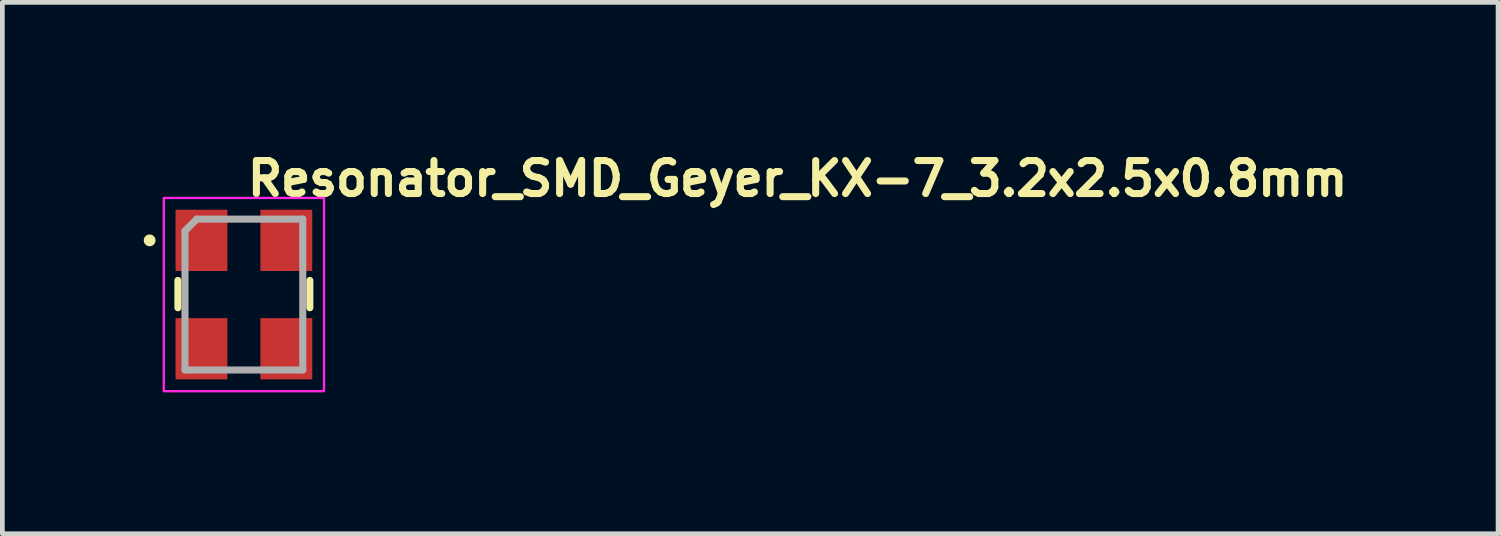
<source format=kicad_pcb>
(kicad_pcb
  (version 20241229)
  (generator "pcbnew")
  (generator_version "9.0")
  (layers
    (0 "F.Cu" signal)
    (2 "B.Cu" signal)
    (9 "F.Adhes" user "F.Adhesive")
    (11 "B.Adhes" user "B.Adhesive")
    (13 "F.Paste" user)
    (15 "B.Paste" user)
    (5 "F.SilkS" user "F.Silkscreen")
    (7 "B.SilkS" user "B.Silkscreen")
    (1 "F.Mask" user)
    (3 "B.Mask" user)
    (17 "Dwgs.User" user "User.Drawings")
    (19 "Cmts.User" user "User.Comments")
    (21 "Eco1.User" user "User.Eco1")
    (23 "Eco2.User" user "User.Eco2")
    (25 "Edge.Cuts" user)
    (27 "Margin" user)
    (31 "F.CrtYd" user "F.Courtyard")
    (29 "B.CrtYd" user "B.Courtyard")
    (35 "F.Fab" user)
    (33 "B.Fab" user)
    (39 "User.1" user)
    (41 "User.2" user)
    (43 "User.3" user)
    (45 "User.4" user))
  (footprint "Resonator_SMD_Geyer_KX-7_3.2x2.5x0.8mm"
    (layer "F.Cu")
    (at 2.125 3.2)
    (property "Reference" "Resonator_SMD_Geyer_KX-7_3.2x2.5x0.8mm" (at 0 -2.05 0) (layer "F.SilkS") (effects (font (size 0.7 0.7) (thickness 0.15)) (justify left bottom)))
    (attr smd)
    (fp_line (start -1.4 -0.3) (end -1.4 0.28) (stroke (width 0.15) (type solid)) (layer "F.SilkS"))
    (fp_line (start 1.399 -0.3) (end 1.399 0.28) (stroke (width 0.15) (type solid)) (layer "F.SilkS"))
    (fp_circle (center -2 -1.15) (end -1.95 -1.15) (stroke (width 0.15) (type solid)) (fill yes) (layer "F.SilkS"))
    (fp_rect (start -1.7 -2.05) (end 1.7 2.05) (stroke (width 0.05) (type solid)) (fill no) (layer "F.CrtYd"))
    (fp_line (start -1.25 -1.35) (end -1.25 1.6) (stroke (width 0.15) (type solid)) (layer "F.Fab"))
    (fp_line (start -1.25 -1.35) (end -1 -1.601) (stroke (width 0.15) (type solid)) (layer "F.Fab"))
    (fp_line (start -1 -1.601) (end 1.249 -1.601) (stroke (width 0.15) (type solid)) (layer "F.Fab"))
    (fp_line (start 1.249 -1.601) (end 1.249 1.6) (stroke (width 0.15) (type solid)) (layer "F.Fab"))
    (fp_line (start 1.249 1.6) (end -1.25 1.6) (stroke (width 0.15) (type solid)) (layer "F.Fab"))
    (fp_rect (start -1.25 -1.601) (end 1.249 1.6) (stroke (width 0.1) (type solid)) (fill no) (layer "User.5"))
    (fp_line (start -1.25 -1.414) (end -1.25 1.411) (stroke (width 0.02) (type solid)) (layer "User.9"))
    (fp_line (start -1.25 -1.414) (end -1.242 -1.414) (stroke (width 0.02) (type solid)) (layer "User.9"))
    (fp_line (start -1.25 1.411) (end -1.242 1.411) (stroke (width 0.02) (type solid)) (layer "User.9"))
    (fp_line (start -1.242 -1.414) (end -1.232 -1.414) (stroke (width 0.02) (type solid)) (layer "User.9"))
    (fp_line (start -1.242 1.411) (end -1.232 1.413) (stroke (width 0.02) (type solid)) (layer "User.9"))
    (fp_line (start -1.232 -1.414) (end -1.224 -1.416) (stroke (width 0.02) (type solid)) (layer "User.9"))
    (fp_line (start -1.232 1.413) (end -1.224 1.413) (stroke (width 0.02) (type solid)) (layer "User.9"))
    (fp_line (start -1.224 -1.416) (end -1.214 -1.418) (stroke (width 0.02) (type solid)) (layer "User.9"))
    (fp_line (start -1.224 1.413) (end -1.214 1.415) (stroke (width 0.02) (type solid)) (layer "User.9"))
    (fp_line (start -1.214 -1.418) (end -1.206 -1.42) (stroke (width 0.02) (type solid)) (layer "User.9"))
    (fp_line (start -1.214 1.415) (end -1.206 1.417) (stroke (width 0.02) (type solid)) (layer "User.9"))
    (fp_line (start -1.206 -1.42) (end -1.196 -1.422) (stroke (width 0.02) (type solid)) (layer "User.9"))
    (fp_line (start -1.206 1.417) (end -1.196 1.419) (stroke (width 0.02) (type solid)) (layer "User.9"))
    (fp_line (start -1.196 -1.422) (end -1.188 -1.424) (stroke (width 0.02) (type solid)) (layer "User.9"))
    (fp_line (start -1.196 1.419) (end -1.188 1.423) (stroke (width 0.02) (type solid)) (layer "User.9"))
    (fp_line (start -1.188 -1.424) (end -1.18 -1.428) (stroke (width 0.02) (type solid)) (layer "User.9"))
    (fp_line (start -1.188 1.423) (end -1.18 1.425) (stroke (width 0.02) (type solid)) (layer "User.9"))
    (fp_line (start -1.18 -1.428) (end -1.17 -1.432) (stroke (width 0.02) (type solid)) (layer "User.9"))
    (fp_line (start -1.18 1.425) (end -1.17 1.429) (stroke (width 0.02) (type solid)) (layer "User.9"))
    (fp_line (start -1.17 -1.432) (end -1.162 -1.436) (stroke (width 0.02) (type solid)) (layer "User.9"))
    (fp_line (start -1.17 1.429) (end -1.162 1.433) (stroke (width 0.02) (type solid)) (layer "User.9"))
    (fp_line (start -1.162 -1.436) (end -1.154 -1.44) (stroke (width 0.02) (type solid)) (layer "User.9"))
    (fp_line (start -1.162 1.433) (end -1.154 1.439) (stroke (width 0.02) (type solid)) (layer "User.9"))
    (fp_line (start -1.154 -1.44) (end -1.147 -1.446) (stroke (width 0.02) (type solid)) (layer "User.9"))
    (fp_line (start -1.154 1.439) (end -1.147 1.443) (stroke (width 0.02) (type solid)) (layer "User.9"))
    (fp_line (start -1.147 -1.446) (end -1.139 -1.45) (stroke (width 0.02) (type solid)) (layer "User.9"))
    (fp_line (start -1.147 1.443) (end -1.139 1.449) (stroke (width 0.02) (type solid)) (layer "User.9"))
    (fp_line (start -1.139 -1.45) (end -1.133 -1.456) (stroke (width 0.02) (type solid)) (layer "User.9"))
    (fp_line (start -1.139 1.449) (end -1.133 1.453) (stroke (width 0.02) (type solid)) (layer "User.9"))
    (fp_line (start -1.133 -1.456) (end -1.125 -1.462) (stroke (width 0.02) (type solid)) (layer "User.9"))
    (fp_line (start -1.133 1.453) (end -1.125 1.461) (stroke (width 0.02) (type solid)) (layer "User.9"))
    (fp_line (start -1.125 -1.462) (end -1.119 -1.468) (stroke (width 0.02) (type solid)) (layer "User.9"))
    (fp_line (start -1.125 -1.307) (end -1.123 -1.317) (stroke (width 0.02) (type solid)) (layer "User.9"))
    (fp_line (start -1.125 -1.297) (end -1.125 -1.307) (stroke (width 0.02) (type solid)) (layer "User.9"))
    (fp_line (start -1.125 -1.289) (end -1.125 -1.297) (stroke (width 0.02) (type solid)) (layer "User.9"))
    (fp_line (start -1.125 1.286) (end -1.125 -1.289) (stroke (width 0.02) (type solid)) (layer "User.9"))
    (fp_line (start -1.125 1.296) (end -1.125 1.286) (stroke (width 0.02) (type solid)) (layer "User.9"))
    (fp_line (start -1.125 1.306) (end -1.125 1.296) (stroke (width 0.02) (type solid)) (layer "User.9"))
    (fp_line (start -1.125 1.461) (end -1.119 1.467) (stroke (width 0.02) (type solid)) (layer "User.9"))
    (fp_line (start -1.123 -1.325) (end -1.121 -1.335) (stroke (width 0.02) (type solid)) (layer "User.9"))
    (fp_line (start -1.123 -1.317) (end -1.123 -1.325) (stroke (width 0.02) (type solid)) (layer "User.9"))
    (fp_line (start -1.123 1.314) (end -1.125 1.306) (stroke (width 0.02) (type solid)) (layer "User.9"))
    (fp_line (start -1.123 1.324) (end -1.123 1.314) (stroke (width 0.02) (type solid)) (layer "User.9"))
    (fp_line (start -1.121 -1.335) (end -1.117 -1.343) (stroke (width 0.02) (type solid)) (layer "User.9"))
    (fp_line (start -1.121 1.332) (end -1.123 1.324) (stroke (width 0.02) (type solid)) (layer "User.9"))
    (fp_line (start -1.119 -1.468) (end -1.119 -1.468) (stroke (width 0.02) (type solid)) (layer "User.9"))
    (fp_line (start -1.119 -1.468) (end -1.113 -1.476) (stroke (width 0.02) (type solid)) (layer "User.9"))
    (fp_line (start -1.119 1.467) (end -1.119 1.467) (stroke (width 0.02) (type solid)) (layer "User.9"))
    (fp_line (start -1.119 1.467) (end -1.113 1.473) (stroke (width 0.02) (type solid)) (layer "User.9"))
    (fp_line (start -1.117 -1.343) (end -1.115 -1.351) (stroke (width 0.02) (type solid)) (layer "User.9"))
    (fp_line (start -1.117 1.342) (end -1.121 1.332) (stroke (width 0.02) (type solid)) (layer "User.9"))
    (fp_line (start -1.115 -1.351) (end -1.111 -1.361) (stroke (width 0.02) (type solid)) (layer "User.9"))
    (fp_line (start -1.115 1.35) (end -1.117 1.342) (stroke (width 0.02) (type solid)) (layer "User.9"))
    (fp_line (start -1.113 -1.476) (end -1.105 -1.482) (stroke (width 0.02) (type solid)) (layer "User.9"))
    (fp_line (start -1.113 1.473) (end -1.105 1.481) (stroke (width 0.02) (type solid)) (layer "User.9"))
    (fp_line (start -1.111 -1.361) (end -1.109 -1.369) (stroke (width 0.02) (type solid)) (layer "User.9"))
    (fp_line (start -1.111 1.358) (end -1.115 1.35) (stroke (width 0.02) (type solid)) (layer "User.9"))
    (fp_line (start -1.109 -1.369) (end -1.103 -1.377) (stroke (width 0.02) (type solid)) (layer "User.9"))
    (fp_line (start -1.109 1.366) (end -1.111 1.358) (stroke (width 0.02) (type solid)) (layer "User.9"))
    (fp_line (start -1.105 -1.482) (end -1.101 -1.49) (stroke (width 0.02) (type solid)) (layer "User.9"))
    (fp_line (start -1.105 1.481) (end -1.101 1.487) (stroke (width 0.02) (type solid)) (layer "User.9"))
    (fp_line (start -1.103 -1.377) (end -1.099 -1.385) (stroke (width 0.02) (type solid)) (layer "User.9"))
    (fp_line (start -1.103 1.374) (end -1.109 1.366) (stroke (width 0.02) (type solid)) (layer "User.9"))
    (fp_line (start -1.101 -1.49) (end -1.095 -1.496) (stroke (width 0.02) (type solid)) (layer "User.9"))
    (fp_line (start -1.101 1.487) (end -1.095 1.495) (stroke (width 0.02) (type solid)) (layer "User.9"))
    (fp_line (start -1.099 -1.385) (end -1.095 -1.393) (stroke (width 0.02) (type solid)) (layer "User.9"))
    (fp_line (start -1.099 1.382) (end -1.103 1.374) (stroke (width 0.02) (type solid)) (layer "User.9"))
    (fp_line (start -1.095 -1.496) (end -1.091 -1.504) (stroke (width 0.02) (type solid)) (layer "User.9"))
    (fp_line (start -1.095 -1.393) (end -1.089 -1.401) (stroke (width 0.02) (type solid)) (layer "User.9"))
    (fp_line (start -1.095 1.39) (end -1.099 1.382) (stroke (width 0.02) (type solid)) (layer "User.9"))
    (fp_line (start -1.095 1.495) (end -1.091 1.503) (stroke (width 0.02) (type solid)) (layer "User.9"))
    (fp_line (start -1.091 -1.504) (end -1.085 -1.512) (stroke (width 0.02) (type solid)) (layer "User.9"))
    (fp_line (start -1.091 1.503) (end -1.085 1.511) (stroke (width 0.02) (type solid)) (layer "User.9"))
    (fp_line (start -1.089 -1.401) (end -1.083 -1.407) (stroke (width 0.02) (type solid)) (layer "User.9"))
    (fp_line (start -1.089 1.398) (end -1.095 1.39) (stroke (width 0.02) (type solid)) (layer "User.9"))
    (fp_line (start -1.085 -1.512) (end -1.081 -1.52) (stroke (width 0.02) (type solid)) (layer "User.9"))
    (fp_line (start -1.085 1.511) (end -1.081 1.519) (stroke (width 0.02) (type solid)) (layer "User.9"))
    (fp_line (start -1.083 -1.407) (end -1.077 -1.414) (stroke (width 0.02) (type solid)) (layer "User.9"))
    (fp_line (start -1.083 1.406) (end -1.089 1.398) (stroke (width 0.02) (type solid)) (layer "User.9"))
    (fp_line (start -1.081 -1.52) (end -1.077 -1.53) (stroke (width 0.02) (type solid)) (layer "User.9"))
    (fp_line (start -1.081 1.519) (end -1.077 1.527) (stroke (width 0.02) (type solid)) (layer "User.9"))
    (fp_line (start -1.077 -1.53) (end -1.075 -1.537) (stroke (width 0.02) (type solid)) (layer "User.9"))
    (fp_line (start -1.077 -1.414) (end -1.071 -1.422) (stroke (width 0.02) (type solid)) (layer "User.9"))
    (fp_line (start -1.077 1.413) (end -1.083 1.406) (stroke (width 0.02) (type solid)) (layer "User.9"))
    (fp_line (start -1.077 1.527) (end -1.075 1.536) (stroke (width 0.02) (type solid)) (layer "User.9"))
    (fp_line (start -1.075 -1.537) (end -1.071 -1.547) (stroke (width 0.02) (type solid)) (layer "User.9"))
    (fp_line (start -1.075 1.536) (end -1.071 1.544) (stroke (width 0.02) (type solid)) (layer "User.9"))
    (fp_line (start -1.071 -1.547) (end -1.069 -1.555) (stroke (width 0.02) (type solid)) (layer "User.9"))
    (fp_line (start -1.071 -1.422) (end -1.071 -1.422) (stroke (width 0.02) (type solid)) (layer "User.9"))
    (fp_line (start -1.071 -1.422) (end -1.065 -1.428) (stroke (width 0.02) (type solid)) (layer "User.9"))
    (fp_line (start -1.071 1.419) (end -1.077 1.413) (stroke (width 0.02) (type solid)) (layer "User.9"))
    (fp_line (start -1.071 1.419) (end -1.071 1.419) (stroke (width 0.02) (type solid)) (layer "User.9"))
    (fp_line (start -1.071 1.544) (end -1.069 1.554) (stroke (width 0.02) (type solid)) (layer "User.9"))
    (fp_line (start -1.069 -1.555) (end -1.067 -1.565) (stroke (width 0.02) (type solid)) (layer "User.9"))
    (fp_line (start -1.069 1.554) (end -1.067 1.562) (stroke (width 0.02) (type solid)) (layer "User.9"))
    (fp_line (start -1.067 -1.565) (end -1.065 -1.573) (stroke (width 0.02) (type solid)) (layer "User.9"))
    (fp_line (start -1.067 1.562) (end -1.065 1.572) (stroke (width 0.02) (type solid)) (layer "User.9"))
    (fp_line (start -1.065 -1.583) (end -1.063 -1.591) (stroke (width 0.02) (type solid)) (layer "User.9"))
    (fp_line (start -1.065 -1.573) (end -1.065 -1.583) (stroke (width 0.02) (type solid)) (layer "User.9"))
    (fp_line (start -1.065 -1.428) (end -1.057 -1.434) (stroke (width 0.02) (type solid)) (layer "User.9"))
    (fp_line (start -1.065 1.425) (end -1.071 1.419) (stroke (width 0.02) (type solid)) (layer "User.9"))
    (fp_line (start -1.065 1.572) (end -1.065 1.58) (stroke (width 0.02) (type solid)) (layer "User.9"))
    (fp_line (start -1.065 1.58) (end -1.063 1.59) (stroke (width 0.02) (type solid)) (layer "User.9"))
    (fp_line (start -1.063 -1.591) (end -1.063 -1.601) (stroke (width 0.02) (type solid)) (layer "User.9"))
    (fp_line (start -1.063 -1.307) (end -1.061 -1.313) (stroke (width 0.02) (type solid)) (layer "User.9"))
    (fp_line (start -1.063 -1.301) (end -1.063 -1.307) (stroke (width 0.02) (type solid)) (layer "User.9"))
    (fp_line (start -1.063 -1.295) (end -1.063 -1.301) (stroke (width 0.02) (type solid)) (layer "User.9"))
    (fp_line (start -1.063 -1.289) (end -1.063 -1.295) (stroke (width 0.02) (type solid)) (layer "User.9"))
    (fp_line (start -1.063 1.286) (end -1.063 -1.289) (stroke (width 0.02) (type solid)) (layer "User.9"))
    (fp_line (start -1.063 1.292) (end -1.063 1.286) (stroke (width 0.02) (type solid)) (layer "User.9"))
    (fp_line (start -1.063 1.298) (end -1.063 1.292) (stroke (width 0.02) (type solid)) (layer "User.9"))
    (fp_line (start -1.063 1.304) (end -1.063 1.298) (stroke (width 0.02) (type solid)) (layer "User.9"))
    (fp_line (start -1.063 1.59) (end -1.063 1.6) (stroke (width 0.02) (type solid)) (layer "User.9"))
    (fp_line (start -1.063 1.6) (end 1.062 1.6) (stroke (width 0.02) (type solid)) (layer "User.9"))
    (fp_line (start -1.061 -1.313) (end -1.059 -1.319) (stroke (width 0.02) (type solid)) (layer "User.9"))
    (fp_line (start -1.061 1.312) (end -1.063 1.304) (stroke (width 0.02) (type solid)) (layer "User.9"))
    (fp_line (start -1.059 -1.325) (end -1.057 -1.331) (stroke (width 0.02) (type solid)) (layer "User.9"))
    (fp_line (start -1.059 -1.319) (end -1.059 -1.325) (stroke (width 0.02) (type solid)) (layer "User.9"))
    (fp_line (start -1.059 1.316) (end -1.061 1.312) (stroke (width 0.02) (type solid)) (layer "User.9"))
    (fp_line (start -1.059 1.322) (end -1.059 1.316) (stroke (width 0.02) (type solid)) (layer "User.9"))
    (fp_line (start -1.057 -1.434) (end -1.051 -1.44) (stroke (width 0.02) (type solid)) (layer "User.9"))
    (fp_line (start -1.057 -1.331) (end -1.053 -1.337) (stroke (width 0.02) (type solid)) (layer "User.9"))
    (fp_line (start -1.057 1.328) (end -1.059 1.322) (stroke (width 0.02) (type solid)) (layer "User.9"))
    (fp_line (start -1.057 1.431) (end -1.065 1.425) (stroke (width 0.02) (type solid)) (layer "User.9"))
    (fp_line (start -1.053 -1.337) (end -1.051 -1.341) (stroke (width 0.02) (type solid)) (layer "User.9"))
    (fp_line (start -1.053 1.334) (end -1.057 1.328) (stroke (width 0.02) (type solid)) (layer "User.9"))
    (fp_line (start -1.051 -1.44) (end -1.043 -1.444) (stroke (width 0.02) (type solid)) (layer "User.9"))
    (fp_line (start -1.051 -1.341) (end -1.049 -1.347) (stroke (width 0.02) (type solid)) (layer "User.9"))
    (fp_line (start -1.051 1.34) (end -1.053 1.334) (stroke (width 0.02) (type solid)) (layer "User.9"))
    (fp_line (start -1.051 1.437) (end -1.057 1.431) (stroke (width 0.02) (type solid)) (layer "User.9"))
    (fp_line (start -1.049 -1.347) (end -1.045 -1.353) (stroke (width 0.02) (type solid)) (layer "User.9"))
    (fp_line (start -1.049 1.346) (end -1.051 1.34) (stroke (width 0.02) (type solid)) (layer "User.9"))
    (fp_line (start -1.045 -1.353) (end -1.043 -1.357) (stroke (width 0.02) (type solid)) (layer "User.9"))
    (fp_line (start -1.045 1.35) (end -1.049 1.346) (stroke (width 0.02) (type solid)) (layer "User.9"))
    (fp_line (start -1.043 -1.444) (end -1.035 -1.45) (stroke (width 0.02) (type solid)) (layer "User.9"))
    (fp_line (start -1.043 -1.357) (end -1.039 -1.363) (stroke (width 0.02) (type solid)) (layer "User.9"))
    (fp_line (start -1.043 1.356) (end -1.045 1.35) (stroke (width 0.02) (type solid)) (layer "User.9"))
    (fp_line (start -1.043 1.443) (end -1.051 1.437) (stroke (width 0.02) (type solid)) (layer "User.9"))
    (fp_line (start -1.039 -1.363) (end -1.035 -1.367) (stroke (width 0.02) (type solid)) (layer "User.9"))
    (fp_line (start -1.039 1.36) (end -1.043 1.356) (stroke (width 0.02) (type solid)) (layer "User.9"))
    (fp_line (start -1.035 -1.45) (end -1.027 -1.454) (stroke (width 0.02) (type solid)) (layer "User.9"))
    (fp_line (start -1.035 -1.367) (end -1.031 -1.373) (stroke (width 0.02) (type solid)) (layer "User.9"))
    (fp_line (start -1.035 1.366) (end -1.039 1.36) (stroke (width 0.02) (type solid)) (layer "User.9"))
    (fp_line (start -1.035 1.447) (end -1.043 1.443) (stroke (width 0.02) (type solid)) (layer "User.9"))
    (fp_line (start -1.031 -1.373) (end -1.027 -1.377) (stroke (width 0.02) (type solid)) (layer "User.9"))
    (fp_line (start -1.031 1.37) (end -1.035 1.366) (stroke (width 0.02) (type solid)) (layer "User.9"))
    (fp_line (start -1.027 -1.454) (end -1.018 -1.458) (stroke (width 0.02) (type solid)) (layer "User.9"))
    (fp_line (start -1.027 -1.377) (end -1.027 -1.377) (stroke (width 0.02) (type solid)) (layer "User.9"))
    (fp_line (start -1.027 -1.377) (end -1.022 -1.381) (stroke (width 0.02) (type solid)) (layer "User.9"))
    (fp_line (start -1.027 1.374) (end -1.031 1.37) (stroke (width 0.02) (type solid)) (layer "User.9"))
    (fp_line (start -1.027 1.374) (end -1.027 1.374) (stroke (width 0.02) (type solid)) (layer "User.9"))
    (fp_line (start -1.027 1.451) (end -1.035 1.447) (stroke (width 0.02) (type solid)) (layer "User.9"))
    (fp_line (start -1.022 -1.381) (end -1.018 -1.385) (stroke (width 0.02) (type solid)) (layer "User.9"))
    (fp_line (start -1.022 1.38) (end -1.027 1.374) (stroke (width 0.02) (type solid)) (layer "User.9"))
    (fp_line (start -1.018 -1.458) (end -1.01 -1.462) (stroke (width 0.02) (type solid)) (layer "User.9"))
    (fp_line (start -1.018 -1.385) (end -1.012 -1.389) (stroke (width 0.02) (type solid)) (layer "User.9"))
    (fp_line (start -1.018 1.384) (end -1.022 1.38) (stroke (width 0.02) (type solid)) (layer "User.9"))
    (fp_line (start -1.018 1.457) (end -1.027 1.451) (stroke (width 0.02) (type solid)) (layer "User.9"))
    (fp_line (start -1.012 -1.389) (end -1.008 -1.393) (stroke (width 0.02) (type solid)) (layer "User.9"))
    (fp_line (start -1.012 1.386) (end -1.018 1.384) (stroke (width 0.02) (type solid)) (layer "User.9"))
    (fp_line (start -1.01 -1.462) (end -1.002 -1.466) (stroke (width 0.02) (type solid)) (layer "User.9"))
    (fp_line (start -1.01 1.459) (end -1.018 1.457) (stroke (width 0.02) (type solid)) (layer "User.9"))
    (fp_line (start -1.008 -1.393) (end -1.002 -1.395) (stroke (width 0.02) (type solid)) (layer "User.9"))
    (fp_line (start -1.008 1.39) (end -1.012 1.386) (stroke (width 0.02) (type solid)) (layer "User.9"))
    (fp_line (start -1.002 -1.466) (end -0.993 -1.468) (stroke (width 0.02) (type solid)) (layer "User.9"))
    (fp_line (start -1.002 -1.395) (end -0.997 -1.399) (stroke (width 0.02) (type solid)) (layer "User.9"))
    (fp_line (start -1.002 1.394) (end -1.008 1.39) (stroke (width 0.02) (type solid)) (layer "User.9"))
    (fp_line (start -1.002 1.463) (end -1.01 1.459) (stroke (width 0.02) (type solid)) (layer "User.9"))
    (fp_line (start -0.997 -1.399) (end -0.991 -1.401) (stroke (width 0.02) (type solid)) (layer "User.9"))
    (fp_line (start -0.997 1.396) (end -1.002 1.394) (stroke (width 0.02) (type solid)) (layer "User.9"))
    (fp_line (start -0.993 -1.468) (end -0.984 -1.47) (stroke (width 0.02) (type solid)) (layer "User.9"))
    (fp_line (start -0.993 1.465) (end -1.002 1.463) (stroke (width 0.02) (type solid)) (layer "User.9"))
    (fp_line (start -0.991 -1.401) (end -0.986 -1.403) (stroke (width 0.02) (type solid)) (layer "User.9"))
    (fp_line (start -0.991 1.4) (end -0.997 1.396) (stroke (width 0.02) (type solid)) (layer "User.9"))
    (fp_line (start -0.986 -1.403) (end -0.98 -1.407) (stroke (width 0.02) (type solid)) (layer "User.9"))
    (fp_line (start -0.986 1.402) (end -0.991 1.4) (stroke (width 0.02) (type solid)) (layer "User.9"))
    (fp_line (start -0.984 -1.47) (end -0.975 -1.472) (stroke (width 0.02) (type solid)) (layer "User.9"))
    (fp_line (start -0.984 1.469) (end -0.993 1.465) (stroke (width 0.02) (type solid)) (layer "User.9"))
    (fp_line (start -0.98 -1.407) (end -0.974 -1.408) (stroke (width 0.02) (type solid)) (layer "User.9"))
    (fp_line (start -0.98 1.404) (end -0.986 1.402) (stroke (width 0.02) (type solid)) (layer "User.9"))
    (fp_line (start -0.975 -1.472) (end -0.966 -1.474) (stroke (width 0.02) (type solid)) (layer "User.9"))
    (fp_line (start -0.975 1.471) (end -0.984 1.469) (stroke (width 0.02) (type solid)) (layer "User.9"))
    (fp_line (start -0.974 -1.408) (end -0.968 -1.41) (stroke (width 0.02) (type solid)) (layer "User.9"))
    (fp_line (start -0.974 1.406) (end -0.98 1.404) (stroke (width 0.02) (type solid)) (layer "User.9"))
    (fp_line (start -0.968 -1.41) (end -0.962 -1.412) (stroke (width 0.02) (type solid)) (layer "User.9"))
    (fp_line (start -0.968 1.407) (end -0.974 1.406) (stroke (width 0.02) (type solid)) (layer "User.9"))
    (fp_line (start -0.966 -1.474) (end -0.958 -1.476) (stroke (width 0.02) (type solid)) (layer "User.9"))
    (fp_line (start -0.966 1.471) (end -0.975 1.471) (stroke (width 0.02) (type solid)) (layer "User.9"))
    (fp_line (start -0.962 -1.412) (end -0.957 -1.412) (stroke (width 0.02) (type solid)) (layer "User.9"))
    (fp_line (start -0.962 1.409) (end -0.968 1.407) (stroke (width 0.02) (type solid)) (layer "User.9"))
    (fp_line (start -0.958 -1.476) (end -0.948 -1.476) (stroke (width 0.02) (type solid)) (layer "User.9"))
    (fp_line (start -0.958 1.473) (end -0.966 1.471) (stroke (width 0.02) (type solid)) (layer "User.9"))
    (fp_line (start -0.957 -1.412) (end -0.951 -1.412) (stroke (width 0.02) (type solid)) (layer "User.9"))
    (fp_line (start -0.957 1.411) (end -0.962 1.409) (stroke (width 0.02) (type solid)) (layer "User.9"))
    (fp_line (start -0.951 -1.412) (end -0.945 -1.414) (stroke (width 0.02) (type solid)) (layer "User.9"))
    (fp_line (start -0.951 1.411) (end -0.957 1.411) (stroke (width 0.02) (type solid)) (layer "User.9"))
    (fp_line (start -0.948 -1.476) (end -0.939 -1.476) (stroke (width 0.02) (type solid)) (layer "User.9"))
    (fp_line (start -0.948 1.473) (end -0.958 1.473) (stroke (width 0.02) (type solid)) (layer "User.9"))
    (fp_line (start -0.945 -1.414) (end -0.939 -1.414) (stroke (width 0.02) (type solid)) (layer "User.9"))
    (fp_line (start -0.945 1.411) (end -0.951 1.411) (stroke (width 0.02) (type solid)) (layer "User.9"))
    (fp_line (start -0.939 -1.476) (end 0.937 -1.476) (stroke (width 0.02) (type solid)) (layer "User.9"))
    (fp_line (start -0.939 -1.414) (end 0.937 -1.414) (stroke (width 0.02) (type solid)) (layer "User.9"))
    (fp_line (start -0.939 -1.244) (end -0.939 -1.242) (stroke (width 0.02) (type solid)) (layer "User.9"))
    (fp_line (start -0.939 -1.244) (end -0.939 -1.242) (stroke (width 0.02) (type solid)) (layer "User.9"))
    (fp_line (start -0.939 -1.242) (end -0.939 -1.238) (stroke (width 0.02) (type solid)) (layer "User.9"))
    (fp_line (start -0.939 -1.242) (end -0.939 -1.238) (stroke (width 0.02) (type solid)) (layer "User.9"))
    (fp_line (start -0.939 -1.238) (end -0.939 -1.236) (stroke (width 0.02) (type solid)) (layer "User.9"))
    (fp_line (start -0.939 -1.238) (end -0.939 -1.236) (stroke (width 0.02) (type solid)) (layer "User.9"))
    (fp_line (start -0.939 -1.236) (end -0.939 -1.232) (stroke (width 0.02) (type solid)) (layer "User.9"))
    (fp_line (start -0.939 -1.236) (end -0.939 -1.232) (stroke (width 0.02) (type solid)) (layer "User.9"))
    (fp_line (start -0.939 -1.232) (end -0.938 -1.228) (stroke (width 0.02) (type solid)) (layer "User.9"))
    (fp_line (start -0.939 -1.232) (end -0.938 -1.228) (stroke (width 0.02) (type solid)) (layer "User.9"))
    (fp_line (start -0.939 1.411) (end -0.945 1.411) (stroke (width 0.02) (type solid)) (layer "User.9"))
    (fp_line (start -0.939 1.475) (end -0.948 1.473) (stroke (width 0.02) (type solid)) (layer "User.9"))
    (fp_line (start -0.938 -1.248) (end -0.939 -1.244) (stroke (width 0.02) (type solid)) (layer "User.9"))
    (fp_line (start -0.938 -1.248) (end -0.939 -1.244) (stroke (width 0.02) (type solid)) (layer "User.9"))
    (fp_line (start -0.938 -1.228) (end -0.937 -1.226) (stroke (width 0.02) (type solid)) (layer "User.9"))
    (fp_line (start -0.938 -1.228) (end -0.937 -1.226) (stroke (width 0.02) (type solid)) (layer "User.9"))
    (fp_line (start -0.937 -1.252) (end -0.938 -1.248) (stroke (width 0.02) (type solid)) (layer "User.9"))
    (fp_line (start -0.937 -1.252) (end -0.938 -1.248) (stroke (width 0.02) (type solid)) (layer "User.9"))
    (fp_line (start -0.937 -1.226) (end -0.936 -1.222) (stroke (width 0.02) (type solid)) (layer "User.9"))
    (fp_line (start -0.937 -1.226) (end -0.936 -1.222) (stroke (width 0.02) (type solid)) (layer "User.9"))
    (fp_line (start -0.936 -1.254) (end -0.937 -1.252) (stroke (width 0.02) (type solid)) (layer "User.9"))
    (fp_line (start -0.936 -1.254) (end -0.937 -1.252) (stroke (width 0.02) (type solid)) (layer "User.9"))
    (fp_line (start -0.936 -1.222) (end -0.935 -1.22) (stroke (width 0.02) (type solid)) (layer "User.9"))
    (fp_line (start -0.936 -1.222) (end -0.935 -1.22) (stroke (width 0.02) (type solid)) (layer "User.9"))
    (fp_line (start -0.935 -1.258) (end -0.936 -1.254) (stroke (width 0.02) (type solid)) (layer "User.9"))
    (fp_line (start -0.935 -1.258) (end -0.936 -1.254) (stroke (width 0.02) (type solid)) (layer "User.9"))
    (fp_line (start -0.935 -1.22) (end -0.934 -1.216) (stroke (width 0.02) (type solid)) (layer "User.9"))
    (fp_line (start -0.935 -1.22) (end -0.934 -1.216) (stroke (width 0.02) (type solid)) (layer "User.9"))
    (fp_line (start -0.934 -1.26) (end -0.935 -1.258) (stroke (width 0.02) (type solid)) (layer "User.9"))
    (fp_line (start -0.934 -1.26) (end -0.935 -1.258) (stroke (width 0.02) (type solid)) (layer "User.9"))
    (fp_line (start -0.934 -1.216) (end -0.932 -1.214) (stroke (width 0.02) (type solid)) (layer "User.9"))
    (fp_line (start -0.934 -1.216) (end -0.932 -1.214) (stroke (width 0.02) (type solid)) (layer "User.9"))
    (fp_line (start -0.932 -1.264) (end -0.934 -1.26) (stroke (width 0.02) (type solid)) (layer "User.9"))
    (fp_line (start -0.932 -1.264) (end -0.934 -1.26) (stroke (width 0.02) (type solid)) (layer "User.9"))
    (fp_line (start -0.932 -1.264) (end -0.932 -1.264) (stroke (width 0.02) (type solid)) (layer "User.9"))
    (fp_line (start -0.932 -1.264) (end -0.932 -1.264) (stroke (width 0.02) (type solid)) (layer "User.9"))
    (fp_line (start -0.932 -1.214) (end -0.932 -1.214) (stroke (width 0.02) (type solid)) (layer "User.9"))
    (fp_line (start -0.932 -1.214) (end -0.932 -1.214) (stroke (width 0.02) (type solid)) (layer "User.9"))
    (fp_line (start -0.932 -1.214) (end -0.931 -1.212) (stroke (width 0.02) (type solid)) (layer "User.9"))
    (fp_line (start -0.932 -1.214) (end -0.931 -1.212) (stroke (width 0.02) (type solid)) (layer "User.9"))
    (fp_line (start -0.931 -1.266) (end -0.932 -1.264) (stroke (width 0.02) (type solid)) (layer "User.9"))
    (fp_line (start -0.931 -1.266) (end -0.932 -1.264) (stroke (width 0.02) (type solid)) (layer "User.9"))
    (fp_line (start -0.931 -1.212) (end -0.931 -1.21) (stroke (width 0.02) (type solid)) (layer "User.9"))
    (fp_line (start -0.931 -1.212) (end -0.931 -1.21) (stroke (width 0.02) (type solid)) (layer "User.9"))
    (fp_line (start -0.931 -1.21) (end -0.93 -1.21) (stroke (width 0.02) (type solid)) (layer "User.9"))
    (fp_line (start -0.931 -1.21) (end -0.93 -1.21) (stroke (width 0.02) (type solid)) (layer "User.9"))
    (fp_line (start -0.93 -1.21) (end -0.929 -1.208) (stroke (width 0.02) (type solid)) (layer "User.9"))
    (fp_line (start -0.93 -1.21) (end -0.929 -1.208) (stroke (width 0.02) (type solid)) (layer "User.9"))
    (fp_line (start -0.929 -1.27) (end -0.931 -1.266) (stroke (width 0.02) (type solid)) (layer "User.9"))
    (fp_line (start -0.929 -1.27) (end -0.931 -1.266) (stroke (width 0.02) (type solid)) (layer "User.9"))
    (fp_line (start -0.929 -1.208) (end -0.928 -1.206) (stroke (width 0.02) (type solid)) (layer "User.9"))
    (fp_line (start -0.929 -1.208) (end -0.928 -1.206) (stroke (width 0.02) (type solid)) (layer "User.9"))
    (fp_line (start -0.928 -1.206) (end -0.927 -1.206) (stroke (width 0.02) (type solid)) (layer "User.9"))
    (fp_line (start -0.928 -1.206) (end -0.927 -1.206) (stroke (width 0.02) (type solid)) (layer "User.9"))
    (fp_line (start -0.927 -1.272) (end -0.929 -1.27) (stroke (width 0.02) (type solid)) (layer "User.9"))
    (fp_line (start -0.927 -1.272) (end -0.929 -1.27) (stroke (width 0.02) (type solid)) (layer "User.9"))
    (fp_line (start -0.927 -1.206) (end -0.925 -1.204) (stroke (width 0.02) (type solid)) (layer "User.9"))
    (fp_line (start -0.927 -1.206) (end -0.925 -1.204) (stroke (width 0.02) (type solid)) (layer "User.9"))
    (fp_line (start -0.925 -1.204) (end -0.924 -1.204) (stroke (width 0.02) (type solid)) (layer "User.9"))
    (fp_line (start -0.925 -1.204) (end -0.924 -1.204) (stroke (width 0.02) (type solid)) (layer "User.9"))
    (fp_line (start -0.924 -1.274) (end -0.927 -1.272) (stroke (width 0.02) (type solid)) (layer "User.9"))
    (fp_line (start -0.924 -1.274) (end -0.927 -1.272) (stroke (width 0.02) (type solid)) (layer "User.9"))
    (fp_line (start -0.924 -1.204) (end -0.923 -1.202) (stroke (width 0.02) (type solid)) (layer "User.9"))
    (fp_line (start -0.924 -1.204) (end -0.923 -1.202) (stroke (width 0.02) (type solid)) (layer "User.9"))
    (fp_line (start -0.923 -1.202) (end -0.922 -1.2) (stroke (width 0.02) (type solid)) (layer "User.9"))
    (fp_line (start -0.923 -1.202) (end -0.922 -1.2) (stroke (width 0.02) (type solid)) (layer "User.9"))
    (fp_line (start -0.922 -1.276) (end -0.924 -1.274) (stroke (width 0.02) (type solid)) (layer "User.9"))
    (fp_line (start -0.922 -1.276) (end -0.924 -1.274) (stroke (width 0.02) (type solid)) (layer "User.9"))
    (fp_line (start -0.922 -1.2) (end -0.921 -1.2) (stroke (width 0.02) (type solid)) (layer "User.9"))
    (fp_line (start -0.922 -1.2) (end -0.921 -1.2) (stroke (width 0.02) (type solid)) (layer "User.9"))
    (fp_line (start -0.921 -1.2) (end -0.919 -1.198) (stroke (width 0.02) (type solid)) (layer "User.9"))
    (fp_line (start -0.921 -1.2) (end -0.919 -1.198) (stroke (width 0.02) (type solid)) (layer "User.9"))
    (fp_line (start -0.919 -1.278) (end -0.922 -1.276) (stroke (width 0.02) (type solid)) (layer "User.9"))
    (fp_line (start -0.919 -1.278) (end -0.922 -1.276) (stroke (width 0.02) (type solid)) (layer "User.9"))
    (fp_line (start -0.919 -1.198) (end -0.918 -1.198) (stroke (width 0.02) (type solid)) (layer "User.9"))
    (fp_line (start -0.919 -1.198) (end -0.918 -1.198) (stroke (width 0.02) (type solid)) (layer "User.9"))
    (fp_line (start -0.918 -1.198) (end -0.917 -1.196) (stroke (width 0.02) (type solid)) (layer "User.9"))
    (fp_line (start -0.918 -1.198) (end -0.917 -1.196) (stroke (width 0.02) (type solid)) (layer "User.9"))
    (fp_line (start -0.917 -1.28) (end -0.919 -1.278) (stroke (width 0.02) (type solid)) (layer "User.9"))
    (fp_line (start -0.917 -1.28) (end -0.919 -1.278) (stroke (width 0.02) (type solid)) (layer "User.9"))
    (fp_line (start -0.917 -1.196) (end -0.915 -1.196) (stroke (width 0.02) (type solid)) (layer "User.9"))
    (fp_line (start -0.917 -1.196) (end -0.915 -1.196) (stroke (width 0.02) (type solid)) (layer "User.9"))
    (fp_line (start -0.915 -1.196) (end -0.914 -1.196) (stroke (width 0.02) (type solid)) (layer "User.9"))
    (fp_line (start -0.915 -1.196) (end -0.914 -1.196) (stroke (width 0.02) (type solid)) (layer "User.9"))
    (fp_line (start -0.914 -1.281) (end -0.917 -1.28) (stroke (width 0.02) (type solid)) (layer "User.9"))
    (fp_line (start -0.914 -1.281) (end -0.917 -1.28) (stroke (width 0.02) (type solid)) (layer "User.9"))
    (fp_line (start -0.914 -1.196) (end -0.913 -1.194) (stroke (width 0.02) (type solid)) (layer "User.9"))
    (fp_line (start -0.914 -1.196) (end -0.913 -1.194) (stroke (width 0.02) (type solid)) (layer "User.9"))
    (fp_line (start -0.913 -1.194) (end -0.911 -1.194) (stroke (width 0.02) (type solid)) (layer "User.9"))
    (fp_line (start -0.913 -1.194) (end -0.911 -1.194) (stroke (width 0.02) (type solid)) (layer "User.9"))
    (fp_line (start -0.911 -1.283) (end -0.914 -1.281) (stroke (width 0.02) (type solid)) (layer "User.9"))
    (fp_line (start -0.911 -1.283) (end -0.914 -1.281) (stroke (width 0.02) (type solid)) (layer "User.9"))
    (fp_line (start -0.911 -1.194) (end -0.91 -1.192) (stroke (width 0.02) (type solid)) (layer "User.9"))
    (fp_line (start -0.911 -1.194) (end -0.91 -1.192) (stroke (width 0.02) (type solid)) (layer "User.9"))
    (fp_line (start -0.91 -1.192) (end -0.908 -1.192) (stroke (width 0.02) (type solid)) (layer "User.9"))
    (fp_line (start -0.91 -1.192) (end -0.908 -1.192) (stroke (width 0.02) (type solid)) (layer "User.9"))
    (fp_line (start -0.908 -1.285) (end -0.911 -1.283) (stroke (width 0.02) (type solid)) (layer "User.9"))
    (fp_line (start -0.908 -1.285) (end -0.911 -1.283) (stroke (width 0.02) (type solid)) (layer "User.9"))
    (fp_line (start -0.908 -1.192) (end -0.907 -1.192) (stroke (width 0.02) (type solid)) (layer "User.9"))
    (fp_line (start -0.908 -1.192) (end -0.907 -1.192) (stroke (width 0.02) (type solid)) (layer "User.9"))
    (fp_line (start -0.907 -1.192) (end -0.905 -1.192) (stroke (width 0.02) (type solid)) (layer "User.9"))
    (fp_line (start -0.907 -1.192) (end -0.905 -1.192) (stroke (width 0.02) (type solid)) (layer "User.9"))
    (fp_line (start -0.905 -1.285) (end -0.908 -1.285) (stroke (width 0.02) (type solid)) (layer "User.9"))
    (fp_line (start -0.905 -1.285) (end -0.908 -1.285) (stroke (width 0.02) (type solid)) (layer "User.9"))
    (fp_line (start -0.905 -1.192) (end -0.904 -1.19) (stroke (width 0.02) (type solid)) (layer "User.9"))
    (fp_line (start -0.905 -1.192) (end -0.904 -1.19) (stroke (width 0.02) (type solid)) (layer "User.9"))
    (fp_line (start -0.904 -1.19) (end -0.902 -1.19) (stroke (width 0.02) (type solid)) (layer "User.9"))
    (fp_line (start -0.904 -1.19) (end -0.902 -1.19) (stroke (width 0.02) (type solid)) (layer "User.9"))
    (fp_line (start -0.902 -1.287) (end -0.905 -1.285) (stroke (width 0.02) (type solid)) (layer "User.9"))
    (fp_line (start -0.902 -1.287) (end -0.905 -1.285) (stroke (width 0.02) (type solid)) (layer "User.9"))
    (fp_line (start -0.902 -1.19) (end -0.9 -1.19) (stroke (width 0.02) (type solid)) (layer "User.9"))
    (fp_line (start -0.902 -1.19) (end -0.9 -1.19) (stroke (width 0.02) (type solid)) (layer "User.9"))
    (fp_line (start -0.9 -1.19) (end -0.899 -1.19) (stroke (width 0.02) (type solid)) (layer "User.9"))
    (fp_line (start -0.9 -1.19) (end -0.899 -1.19) (stroke (width 0.02) (type solid)) (layer "User.9"))
    (fp_line (start -0.899 -1.287) (end -0.902 -1.287) (stroke (width 0.02) (type solid)) (layer "User.9"))
    (fp_line (start -0.899 -1.287) (end -0.902 -1.287) (stroke (width 0.02) (type solid)) (layer "User.9"))
    (fp_line (start -0.899 -1.19) (end -0.896 -1.19) (stroke (width 0.02) (type solid)) (layer "User.9"))
    (fp_line (start -0.899 -1.19) (end -0.896 -1.19) (stroke (width 0.02) (type solid)) (layer "User.9"))
    (fp_line (start -0.896 -1.19) (end -0.895 -1.188) (stroke (width 0.02) (type solid)) (layer "User.9"))
    (fp_line (start -0.896 -1.19) (end -0.895 -1.188) (stroke (width 0.02) (type solid)) (layer "User.9"))
    (fp_line (start -0.895 -1.289) (end -0.899 -1.287) (stroke (width 0.02) (type solid)) (layer "User.9"))
    (fp_line (start -0.895 -1.289) (end -0.899 -1.287) (stroke (width 0.02) (type solid)) (layer "User.9"))
    (fp_line (start -0.895 -1.188) (end -0.893 -1.188) (stroke (width 0.02) (type solid)) (layer "User.9"))
    (fp_line (start -0.895 -1.188) (end -0.893 -1.188) (stroke (width 0.02) (type solid)) (layer "User.9"))
    (fp_line (start -0.893 -1.188) (end -0.891 -1.188) (stroke (width 0.02) (type solid)) (layer "User.9"))
    (fp_line (start -0.893 -1.188) (end -0.891 -1.188) (stroke (width 0.02) (type solid)) (layer "User.9"))
    (fp_line (start -0.891 -1.289) (end -0.895 -1.289) (stroke (width 0.02) (type solid)) (layer "User.9"))
    (fp_line (start -0.891 -1.289) (end -0.895 -1.289) (stroke (width 0.02) (type solid)) (layer "User.9"))
    (fp_line (start -0.891 -1.188) (end -0.89 -1.188) (stroke (width 0.02) (type solid)) (layer "User.9"))
    (fp_line (start -0.891 -1.188) (end -0.89 -1.188) (stroke (width 0.02) (type solid)) (layer "User.9"))
    (fp_line (start -0.89 -1.188) (end -0.888 -1.188) (stroke (width 0.02) (type solid)) (layer "User.9"))
    (fp_line (start -0.89 -1.188) (end -0.888 -1.188) (stroke (width 0.02) (type solid)) (layer "User.9"))
    (fp_line (start -0.888 -1.289) (end -0.891 -1.289) (stroke (width 0.02) (type solid)) (layer "User.9"))
    (fp_line (start -0.888 -1.289) (end -0.891 -1.289) (stroke (width 0.02) (type solid)) (layer "User.9"))
    (fp_line (start -0.888 -1.188) (end -0.885 -1.188) (stroke (width 0.02) (type solid)) (layer "User.9"))
    (fp_line (start -0.888 -1.188) (end -0.885 -1.188) (stroke (width 0.02) (type solid)) (layer "User.9"))
    (fp_line (start -0.886 -1.289) (end -0.888 -1.289) (stroke (width 0.02) (type solid)) (layer "User.9"))
    (fp_line (start -0.886 -1.289) (end -0.888 -1.289) (stroke (width 0.02) (type solid)) (layer "User.9"))
    (fp_line (start -0.885 -1.289) (end -0.886 -1.289) (stroke (width 0.02) (type solid)) (layer "User.9"))
    (fp_line (start -0.885 -1.289) (end -0.886 -1.289) (stroke (width 0.02) (type solid)) (layer "User.9"))
    (fp_line (start -0.885 -1.188) (end -0.881 -1.188) (stroke (width 0.02) (type solid)) (layer "User.9"))
    (fp_line (start -0.885 -1.188) (end -0.881 -1.188) (stroke (width 0.02) (type solid)) (layer "User.9"))
    (fp_line (start -0.883 -1.289) (end -0.885 -1.289) (stroke (width 0.02) (type solid)) (layer "User.9"))
    (fp_line (start -0.883 -1.289) (end -0.885 -1.289) (stroke (width 0.02) (type solid)) (layer "User.9"))
    (fp_line (start -0.881 -1.289) (end -0.883 -1.289) (stroke (width 0.02) (type solid)) (layer "User.9"))
    (fp_line (start -0.881 -1.289) (end -0.883 -1.289) (stroke (width 0.02) (type solid)) (layer "User.9"))
    (fp_line (start -0.881 -1.188) (end -0.878 -1.19) (stroke (width 0.02) (type solid)) (layer "User.9"))
    (fp_line (start -0.881 -1.188) (end -0.878 -1.19) (stroke (width 0.02) (type solid)) (layer "User.9"))
    (fp_line (start -0.88 -1.287) (end -0.881 -1.289) (stroke (width 0.02) (type solid)) (layer "User.9"))
    (fp_line (start -0.88 -1.287) (end -0.881 -1.289) (stroke (width 0.02) (type solid)) (layer "User.9"))
    (fp_line (start -0.878 -1.287) (end -0.88 -1.287) (stroke (width 0.02) (type solid)) (layer "User.9"))
    (fp_line (start -0.878 -1.287) (end -0.88 -1.287) (stroke (width 0.02) (type solid)) (layer "User.9"))
    (fp_line (start -0.878 -1.19) (end -0.875 -1.19) (stroke (width 0.02) (type solid)) (layer "User.9"))
    (fp_line (start -0.878 -1.19) (end -0.875 -1.19) (stroke (width 0.02) (type solid)) (layer "User.9"))
    (fp_line (start -0.877 -1.287) (end -0.878 -1.287) (stroke (width 0.02) (type solid)) (layer "User.9"))
    (fp_line (start -0.877 -1.287) (end -0.878 -1.287) (stroke (width 0.02) (type solid)) (layer "User.9"))
    (fp_line (start -0.875 -1.287) (end -0.877 -1.287) (stroke (width 0.02) (type solid)) (layer "User.9"))
    (fp_line (start -0.875 -1.287) (end -0.877 -1.287) (stroke (width 0.02) (type solid)) (layer "User.9"))
    (fp_line (start -0.875 -1.19) (end -0.872 -1.192) (stroke (width 0.02) (type solid)) (layer "User.9"))
    (fp_line (start -0.875 -1.19) (end -0.872 -1.192) (stroke (width 0.02) (type solid)) (layer "User.9"))
    (fp_line (start -0.873 -1.287) (end -0.875 -1.287) (stroke (width 0.02) (type solid)) (layer "User.9"))
    (fp_line (start -0.873 -1.287) (end -0.875 -1.287) (stroke (width 0.02) (type solid)) (layer "User.9"))
    (fp_line (start -0.872 -1.285) (end -0.873 -1.287) (stroke (width 0.02) (type solid)) (layer "User.9"))
    (fp_line (start -0.872 -1.285) (end -0.873 -1.287) (stroke (width 0.02) (type solid)) (layer "User.9"))
    (fp_line (start -0.872 -1.192) (end -0.869 -1.192) (stroke (width 0.02) (type solid)) (layer "User.9"))
    (fp_line (start -0.872 -1.192) (end -0.869 -1.192) (stroke (width 0.02) (type solid)) (layer "User.9"))
    (fp_line (start -0.87 -1.285) (end -0.872 -1.285) (stroke (width 0.02) (type solid)) (layer "User.9"))
    (fp_line (start -0.87 -1.285) (end -0.872 -1.285) (stroke (width 0.02) (type solid)) (layer "User.9"))
    (fp_line (start -0.869 -1.285) (end -0.87 -1.285) (stroke (width 0.02) (type solid)) (layer "User.9"))
    (fp_line (start -0.869 -1.285) (end -0.87 -1.285) (stroke (width 0.02) (type solid)) (layer "User.9"))
    (fp_line (start -0.869 -1.192) (end -0.866 -1.194) (stroke (width 0.02) (type solid)) (layer "User.9"))
    (fp_line (start -0.869 -1.192) (end -0.866 -1.194) (stroke (width 0.02) (type solid)) (layer "User.9"))
    (fp_line (start -0.867 -1.285) (end -0.869 -1.285) (stroke (width 0.02) (type solid)) (layer "User.9"))
    (fp_line (start -0.867 -1.285) (end -0.869 -1.285) (stroke (width 0.02) (type solid)) (layer "User.9"))
    (fp_line (start -0.866 -1.283) (end -0.867 -1.285) (stroke (width 0.02) (type solid)) (layer "User.9"))
    (fp_line (start -0.866 -1.283) (end -0.867 -1.285) (stroke (width 0.02) (type solid)) (layer "User.9"))
    (fp_line (start -0.866 -1.194) (end -0.863 -1.196) (stroke (width 0.02) (type solid)) (layer "User.9"))
    (fp_line (start -0.866 -1.194) (end -0.863 -1.196) (stroke (width 0.02) (type solid)) (layer "User.9"))
    (fp_line (start -0.864 -1.283) (end -0.866 -1.283) (stroke (width 0.02) (type solid)) (layer "User.9"))
    (fp_line (start -0.864 -1.283) (end -0.866 -1.283) (stroke (width 0.02) (type solid)) (layer "User.9"))
    (fp_line (start -0.863 -1.281) (end -0.864 -1.283) (stroke (width 0.02) (type solid)) (layer "User.9"))
    (fp_line (start -0.863 -1.281) (end -0.864 -1.283) (stroke (width 0.02) (type solid)) (layer "User.9"))
    (fp_line (start -0.863 -1.196) (end -0.86 -1.196) (stroke (width 0.02) (type solid)) (layer "User.9"))
    (fp_line (start -0.863 -1.196) (end -0.86 -1.196) (stroke (width 0.02) (type solid)) (layer "User.9"))
    (fp_line (start -0.862 -1.28) (end -0.863 -1.281) (stroke (width 0.02) (type solid)) (layer "User.9"))
    (fp_line (start -0.862 -1.28) (end -0.863 -1.281) (stroke (width 0.02) (type solid)) (layer "User.9"))
    (fp_line (start -0.86 -1.28) (end -0.862 -1.28) (stroke (width 0.02) (type solid)) (layer "User.9"))
    (fp_line (start -0.86 -1.28) (end -0.862 -1.28) (stroke (width 0.02) (type solid)) (layer "User.9"))
    (fp_line (start -0.86 -1.196) (end -0.858 -1.198) (stroke (width 0.02) (type solid)) (layer "User.9"))
    (fp_line (start -0.86 -1.196) (end -0.858 -1.198) (stroke (width 0.02) (type solid)) (layer "User.9"))
    (fp_line (start -0.859 -1.28) (end -0.86 -1.28) (stroke (width 0.02) (type solid)) (layer "User.9"))
    (fp_line (start -0.859 -1.28) (end -0.86 -1.28) (stroke (width 0.02) (type solid)) (layer "User.9"))
    (fp_line (start -0.858 -1.278) (end -0.859 -1.28) (stroke (width 0.02) (type solid)) (layer "User.9"))
    (fp_line (start -0.858 -1.278) (end -0.859 -1.28) (stroke (width 0.02) (type solid)) (layer "User.9"))
    (fp_line (start -0.858 -1.198) (end -0.855 -1.2) (stroke (width 0.02) (type solid)) (layer "User.9"))
    (fp_line (start -0.858 -1.198) (end -0.855 -1.2) (stroke (width 0.02) (type solid)) (layer "User.9"))
    (fp_line (start -0.856 -1.278) (end -0.858 -1.278) (stroke (width 0.02) (type solid)) (layer "User.9"))
    (fp_line (start -0.856 -1.278) (end -0.858 -1.278) (stroke (width 0.02) (type solid)) (layer "User.9"))
    (fp_line (start -0.855 -1.276) (end -0.856 -1.278) (stroke (width 0.02) (type solid)) (layer "User.9"))
    (fp_line (start -0.855 -1.276) (end -0.856 -1.278) (stroke (width 0.02) (type solid)) (layer "User.9"))
    (fp_line (start -0.855 -1.2) (end -0.853 -1.204) (stroke (width 0.02) (type solid)) (layer "User.9"))
    (fp_line (start -0.855 -1.2) (end -0.853 -1.204) (stroke (width 0.02) (type solid)) (layer "User.9"))
    (fp_line (start -0.854 -1.276) (end -0.855 -1.276) (stroke (width 0.02) (type solid)) (layer "User.9"))
    (fp_line (start -0.854 -1.276) (end -0.855 -1.276) (stroke (width 0.02) (type solid)) (layer "User.9"))
    (fp_line (start -0.853 -1.274) (end -0.854 -1.276) (stroke (width 0.02) (type solid)) (layer "User.9"))
    (fp_line (start -0.853 -1.274) (end -0.854 -1.276) (stroke (width 0.02) (type solid)) (layer "User.9"))
    (fp_line (start -0.853 -1.204) (end -0.85 -1.206) (stroke (width 0.02) (type solid)) (layer "User.9"))
    (fp_line (start -0.853 -1.204) (end -0.85 -1.206) (stroke (width 0.02) (type solid)) (layer "User.9"))
    (fp_line (start -0.852 -1.272) (end -0.853 -1.274) (stroke (width 0.02) (type solid)) (layer "User.9"))
    (fp_line (start -0.852 -1.272) (end -0.853 -1.274) (stroke (width 0.02) (type solid)) (layer "User.9"))
    (fp_line (start -0.85 -1.272) (end -0.852 -1.272) (stroke (width 0.02) (type solid)) (layer "User.9"))
    (fp_line (start -0.85 -1.272) (end -0.852 -1.272) (stroke (width 0.02) (type solid)) (layer "User.9"))
    (fp_line (start -0.85 -1.206) (end -0.848 -1.208) (stroke (width 0.02) (type solid)) (layer "User.9"))
    (fp_line (start -0.85 -1.206) (end -0.848 -1.208) (stroke (width 0.02) (type solid)) (layer "User.9"))
    (fp_line (start -0.849 -1.27) (end -0.85 -1.272) (stroke (width 0.02) (type solid)) (layer "User.9"))
    (fp_line (start -0.849 -1.27) (end -0.85 -1.272) (stroke (width 0.02) (type solid)) (layer "User.9"))
    (fp_line (start -0.848 -1.27) (end -0.849 -1.27) (stroke (width 0.02) (type solid)) (layer "User.9"))
    (fp_line (start -0.848 -1.27) (end -0.849 -1.27) (stroke (width 0.02) (type solid)) (layer "User.9"))
    (fp_line (start -0.848 -1.208) (end -0.846 -1.21) (stroke (width 0.02) (type solid)) (layer "User.9"))
    (fp_line (start -0.848 -1.208) (end -0.846 -1.21) (stroke (width 0.02) (type solid)) (layer "User.9"))
    (fp_line (start -0.847 -1.268) (end -0.848 -1.27) (stroke (width 0.02) (type solid)) (layer "User.9"))
    (fp_line (start -0.847 -1.268) (end -0.848 -1.27) (stroke (width 0.02) (type solid)) (layer "User.9"))
    (fp_line (start -0.846 -1.266) (end -0.847 -1.268) (stroke (width 0.02) (type solid)) (layer "User.9"))
    (fp_line (start -0.846 -1.266) (end -0.847 -1.268) (stroke (width 0.02) (type solid)) (layer "User.9"))
    (fp_line (start -0.846 -1.264) (end -0.846 -1.266) (stroke (width 0.02) (type solid)) (layer "User.9"))
    (fp_line (start -0.846 -1.264) (end -0.846 -1.266) (stroke (width 0.02) (type solid)) (layer "User.9"))
    (fp_line (start -0.846 -1.21) (end -0.845 -1.214) (stroke (width 0.02) (type solid)) (layer "User.9"))
    (fp_line (start -0.846 -1.21) (end -0.845 -1.214) (stroke (width 0.02) (type solid)) (layer "User.9"))
    (fp_line (start -0.845 -1.264) (end -0.846 -1.264) (stroke (width 0.02) (type solid)) (layer "User.9"))
    (fp_line (start -0.845 -1.264) (end -0.846 -1.264) (stroke (width 0.02) (type solid)) (layer "User.9"))
    (fp_line (start -0.845 -1.264) (end -0.845 -1.264) (stroke (width 0.02) (type solid)) (layer "User.9"))
    (fp_line (start -0.845 -1.264) (end -0.845 -1.264) (stroke (width 0.02) (type solid)) (layer "User.9"))
    (fp_line (start -0.845 -1.214) (end -0.845 -1.214) (stroke (width 0.02) (type solid)) (layer "User.9"))
    (fp_line (start -0.845 -1.214) (end -0.845 -1.214) (stroke (width 0.02) (type solid)) (layer "User.9"))
    (fp_line (start -0.845 -1.214) (end -0.843 -1.216) (stroke (width 0.02) (type solid)) (layer "User.9"))
    (fp_line (start -0.845 -1.214) (end -0.843 -1.216) (stroke (width 0.02) (type solid)) (layer "User.9"))
    (fp_line (start -0.843 -1.26) (end -0.845 -1.264) (stroke (width 0.02) (type solid)) (layer "User.9"))
    (fp_line (start -0.843 -1.26) (end -0.845 -1.264) (stroke (width 0.02) (type solid)) (layer "User.9"))
    (fp_line (start -0.843 -1.216) (end -0.842 -1.22) (stroke (width 0.02) (type solid)) (layer "User.9"))
    (fp_line (start -0.843 -1.216) (end -0.842 -1.22) (stroke (width 0.02) (type solid)) (layer "User.9"))
    (fp_line (start -0.842 -1.258) (end -0.843 -1.26) (stroke (width 0.02) (type solid)) (layer "User.9"))
    (fp_line (start -0.842 -1.258) (end -0.843 -1.26) (stroke (width 0.02) (type solid)) (layer "User.9"))
    (fp_line (start -0.842 -1.22) (end -0.841 -1.222) (stroke (width 0.02) (type solid)) (layer "User.9"))
    (fp_line (start -0.842 -1.22) (end -0.841 -1.222) (stroke (width 0.02) (type solid)) (layer "User.9"))
    (fp_line (start -0.841 -1.254) (end -0.842 -1.258) (stroke (width 0.02) (type solid)) (layer "User.9"))
    (fp_line (start -0.841 -1.254) (end -0.842 -1.258) (stroke (width 0.02) (type solid)) (layer "User.9"))
    (fp_line (start -0.841 -1.222) (end -0.84 -1.226) (stroke (width 0.02) (type solid)) (layer "User.9"))
    (fp_line (start -0.841 -1.222) (end -0.84 -1.226) (stroke (width 0.02) (type solid)) (layer "User.9"))
    (fp_line (start -0.84 -1.252) (end -0.841 -1.254) (stroke (width 0.02) (type solid)) (layer "User.9"))
    (fp_line (start -0.84 -1.252) (end -0.841 -1.254) (stroke (width 0.02) (type solid)) (layer "User.9"))
    (fp_line (start -0.84 -1.226) (end -0.839 -1.228) (stroke (width 0.02) (type solid)) (layer "User.9"))
    (fp_line (start -0.84 -1.226) (end -0.839 -1.228) (stroke (width 0.02) (type solid)) (layer "User.9"))
    (fp_line (start -0.839 -1.248) (end -0.84 -1.252) (stroke (width 0.02) (type solid)) (layer "User.9"))
    (fp_line (start -0.839 -1.248) (end -0.84 -1.252) (stroke (width 0.02) (type solid)) (layer "User.9"))
    (fp_line (start -0.839 -1.228) (end -0.838 -1.232) (stroke (width 0.02) (type solid)) (layer "User.9"))
    (fp_line (start -0.839 -1.228) (end -0.838 -1.232) (stroke (width 0.02) (type solid)) (layer "User.9"))
    (fp_line (start -0.838 -1.244) (end -0.839 -1.248) (stroke (width 0.02) (type solid)) (layer "User.9"))
    (fp_line (start -0.838 -1.244) (end -0.839 -1.248) (stroke (width 0.02) (type solid)) (layer "User.9"))
    (fp_line (start -0.838 -1.242) (end -0.838 -1.244) (stroke (width 0.02) (type solid)) (layer "User.9"))
    (fp_line (start -0.838 -1.242) (end -0.838 -1.244) (stroke (width 0.02) (type solid)) (layer "User.9"))
    (fp_line (start -0.838 -1.238) (end -0.838 -1.242) (stroke (width 0.02) (type solid)) (layer "User.9"))
    (fp_line (start -0.838 -1.238) (end -0.838 -1.242) (stroke (width 0.02) (type solid)) (layer "User.9"))
    (fp_line (start -0.838 -1.236) (end -0.838 -1.238) (stroke (width 0.02) (type solid)) (layer "User.9"))
    (fp_line (start -0.838 -1.236) (end -0.838 -1.238) (stroke (width 0.02) (type solid)) (layer "User.9"))
    (fp_line (start -0.838 -1.232) (end -0.838 -1.236) (stroke (width 0.02) (type solid)) (layer "User.9"))
    (fp_line (start -0.838 -1.232) (end -0.838 -1.236) (stroke (width 0.02) (type solid)) (layer "User.9"))
    (fp_line (start 0.937 -1.476) (end 0.946 -1.476) (stroke (width 0.02) (type solid)) (layer "User.9"))
    (fp_line (start 0.937 -1.414) (end 0.943 -1.414) (stroke (width 0.02) (type solid)) (layer "User.9"))
    (fp_line (start 0.937 1.411) (end -0.939 1.411) (stroke (width 0.02) (type solid)) (layer "User.9"))
    (fp_line (start 0.937 1.475) (end -0.939 1.475) (stroke (width 0.02) (type solid)) (layer "User.9"))
    (fp_line (start 0.943 -1.414) (end 0.949 -1.412) (stroke (width 0.02) (type solid)) (layer "User.9"))
    (fp_line (start 0.943 1.411) (end 0.937 1.411) (stroke (width 0.02) (type solid)) (layer "User.9"))
    (fp_line (start 0.946 -1.476) (end 0.956 -1.476) (stroke (width 0.02) (type solid)) (layer "User.9"))
    (fp_line (start 0.946 1.473) (end 0.937 1.475) (stroke (width 0.02) (type solid)) (layer "User.9"))
    (fp_line (start 0.949 -1.412) (end 0.955 -1.412) (stroke (width 0.02) (type solid)) (layer "User.9"))
    (fp_line (start 0.949 1.411) (end 0.943 1.411) (stroke (width 0.02) (type solid)) (layer "User.9"))
    (fp_line (start 0.955 -1.412) (end 0.96 -1.412) (stroke (width 0.02) (type solid)) (layer "User.9"))
    (fp_line (start 0.955 1.411) (end 0.949 1.411) (stroke (width 0.02) (type solid)) (layer "User.9"))
    (fp_line (start 0.956 -1.476) (end 0.964 -1.474) (stroke (width 0.02) (type solid)) (layer "User.9"))
    (fp_line (start 0.956 1.473) (end 0.946 1.473) (stroke (width 0.02) (type solid)) (layer "User.9"))
    (fp_line (start 0.96 -1.412) (end 0.966 -1.41) (stroke (width 0.02) (type solid)) (layer "User.9"))
    (fp_line (start 0.96 1.409) (end 0.955 1.411) (stroke (width 0.02) (type solid)) (layer "User.9"))
    (fp_line (start 0.964 -1.474) (end 0.973 -1.472) (stroke (width 0.02) (type solid)) (layer "User.9"))
    (fp_line (start 0.964 1.471) (end 0.956 1.473) (stroke (width 0.02) (type solid)) (layer "User.9"))
    (fp_line (start 0.966 -1.41) (end 0.972 -1.408) (stroke (width 0.02) (type solid)) (layer "User.9"))
    (fp_line (start 0.966 1.407) (end 0.96 1.409) (stroke (width 0.02) (type solid)) (layer "User.9"))
    (fp_line (start 0.972 -1.408) (end 0.978 -1.407) (stroke (width 0.02) (type solid)) (layer "User.9"))
    (fp_line (start 0.972 1.406) (end 0.966 1.407) (stroke (width 0.02) (type solid)) (layer "User.9"))
    (fp_line (start 0.973 -1.472) (end 0.982 -1.47) (stroke (width 0.02) (type solid)) (layer "User.9"))
    (fp_line (start 0.973 1.471) (end 0.964 1.471) (stroke (width 0.02) (type solid)) (layer "User.9"))
    (fp_line (start 0.978 -1.407) (end 0.984 -1.403) (stroke (width 0.02) (type solid)) (layer "User.9"))
    (fp_line (start 0.978 1.404) (end 0.972 1.406) (stroke (width 0.02) (type solid)) (layer "User.9"))
    (fp_line (start 0.982 -1.47) (end 0.991 -1.468) (stroke (width 0.02) (type solid)) (layer "User.9"))
    (fp_line (start 0.982 1.469) (end 0.973 1.471) (stroke (width 0.02) (type solid)) (layer "User.9"))
    (fp_line (start 0.984 -1.403) (end 0.989 -1.401) (stroke (width 0.02) (type solid)) (layer "User.9"))
    (fp_line (start 0.984 1.402) (end 0.978 1.404) (stroke (width 0.02) (type solid)) (layer "User.9"))
    (fp_line (start 0.989 -1.401) (end 0.995 -1.399) (stroke (width 0.02) (type solid)) (layer "User.9"))
    (fp_line (start 0.989 1.4) (end 0.984 1.402) (stroke (width 0.02) (type solid)) (layer "User.9"))
    (fp_line (start 0.991 -1.468) (end 0.999 -1.466) (stroke (width 0.02) (type solid)) (layer "User.9"))
    (fp_line (start 0.991 1.465) (end 0.982 1.469) (stroke (width 0.02) (type solid)) (layer "User.9"))
    (fp_line (start 0.995 -1.399) (end 1.001 -1.395) (stroke (width 0.02) (type solid)) (layer "User.9"))
    (fp_line (start 0.995 1.396) (end 0.989 1.4) (stroke (width 0.02) (type solid)) (layer "User.9"))
    (fp_line (start 0.999 -1.466) (end 1.009 -1.462) (stroke (width 0.02) (type solid)) (layer "User.9"))
    (fp_line (start 0.999 1.463) (end 0.991 1.465) (stroke (width 0.02) (type solid)) (layer "User.9"))
    (fp_line (start 1.001 -1.395) (end 1.005 -1.393) (stroke (width 0.02) (type solid)) (layer "User.9"))
    (fp_line (start 1.001 1.394) (end 0.995 1.396) (stroke (width 0.02) (type solid)) (layer "User.9"))
    (fp_line (start 1.005 -1.393) (end 1.011 -1.389) (stroke (width 0.02) (type solid)) (layer "User.9"))
    (fp_line (start 1.005 1.39) (end 1.001 1.394) (stroke (width 0.02) (type solid)) (layer "User.9"))
    (fp_line (start 1.009 -1.462) (end 1.017 -1.458) (stroke (width 0.02) (type solid)) (layer "User.9"))
    (fp_line (start 1.009 1.459) (end 0.999 1.463) (stroke (width 0.02) (type solid)) (layer "User.9"))
    (fp_line (start 1.011 -1.389) (end 1.015 -1.385) (stroke (width 0.02) (type solid)) (layer "User.9"))
    (fp_line (start 1.011 1.386) (end 1.005 1.39) (stroke (width 0.02) (type solid)) (layer "User.9"))
    (fp_line (start 1.015 -1.385) (end 1.021 -1.381) (stroke (width 0.02) (type solid)) (layer "User.9"))
    (fp_line (start 1.015 1.384) (end 1.011 1.386) (stroke (width 0.02) (type solid)) (layer "User.9"))
    (fp_line (start 1.017 -1.458) (end 1.024 -1.454) (stroke (width 0.02) (type solid)) (layer "User.9"))
    (fp_line (start 1.017 1.457) (end 1.009 1.459) (stroke (width 0.02) (type solid)) (layer "User.9"))
    (fp_line (start 1.021 -1.381) (end 1.024 -1.377) (stroke (width 0.02) (type solid)) (layer "User.9"))
    (fp_line (start 1.021 1.38) (end 1.015 1.384) (stroke (width 0.02) (type solid)) (layer "User.9"))
    (fp_line (start 1.024 -1.454) (end 1.032 -1.45) (stroke (width 0.02) (type solid)) (layer "User.9"))
    (fp_line (start 1.024 -1.377) (end 1.024 -1.377) (stroke (width 0.02) (type solid)) (layer "User.9"))
    (fp_line (start 1.024 -1.377) (end 1.03 -1.373) (stroke (width 0.02) (type solid)) (layer "User.9"))
    (fp_line (start 1.024 1.374) (end 1.021 1.38) (stroke (width 0.02) (type solid)) (layer "User.9"))
    (fp_line (start 1.024 1.374) (end 1.024 1.374) (stroke (width 0.02) (type solid)) (layer "User.9"))
    (fp_line (start 1.024 1.451) (end 1.017 1.457) (stroke (width 0.02) (type solid)) (layer "User.9"))
    (fp_line (start 1.03 -1.373) (end 1.034 -1.367) (stroke (width 0.02) (type solid)) (layer "User.9"))
    (fp_line (start 1.03 1.37) (end 1.024 1.374) (stroke (width 0.02) (type solid)) (layer "User.9"))
    (fp_line (start 1.032 -1.45) (end 1.04 -1.444) (stroke (width 0.02) (type solid)) (layer "User.9"))
    (fp_line (start 1.032 1.447) (end 1.024 1.451) (stroke (width 0.02) (type solid)) (layer "User.9"))
    (fp_line (start 1.034 -1.367) (end 1.036 -1.363) (stroke (width 0.02) (type solid)) (layer "User.9"))
    (fp_line (start 1.034 1.366) (end 1.03 1.37) (stroke (width 0.02) (type solid)) (layer "User.9"))
    (fp_line (start 1.036 -1.363) (end 1.04 -1.357) (stroke (width 0.02) (type solid)) (layer "User.9"))
    (fp_line (start 1.036 1.36) (end 1.034 1.366) (stroke (width 0.02) (type solid)) (layer "User.9"))
    (fp_line (start 1.04 -1.444) (end 1.048 -1.44) (stroke (width 0.02) (type solid)) (layer "User.9"))
    (fp_line (start 1.04 -1.357) (end 1.044 -1.353) (stroke (width 0.02) (type solid)) (layer "User.9"))
    (fp_line (start 1.04 1.356) (end 1.036 1.36) (stroke (width 0.02) (type solid)) (layer "User.9"))
    (fp_line (start 1.04 1.443) (end 1.032 1.447) (stroke (width 0.02) (type solid)) (layer "User.9"))
    (fp_line (start 1.044 -1.353) (end 1.046 -1.347) (stroke (width 0.02) (type solid)) (layer "User.9"))
    (fp_line (start 1.044 1.35) (end 1.04 1.356) (stroke (width 0.02) (type solid)) (layer "User.9"))
    (fp_line (start 1.046 -1.347) (end 1.05 -1.341) (stroke (width 0.02) (type solid)) (layer "User.9"))
    (fp_line (start 1.046 1.346) (end 1.044 1.35) (stroke (width 0.02) (type solid)) (layer "User.9"))
    (fp_line (start 1.048 -1.44) (end 1.056 -1.434) (stroke (width 0.02) (type solid)) (layer "User.9"))
    (fp_line (start 1.048 1.437) (end 1.04 1.443) (stroke (width 0.02) (type solid)) (layer "User.9"))
    (fp_line (start 1.05 -1.341) (end 1.052 -1.337) (stroke (width 0.02) (type solid)) (layer "User.9"))
    (fp_line (start 1.05 1.34) (end 1.046 1.346) (stroke (width 0.02) (type solid)) (layer "User.9"))
    (fp_line (start 1.052 -1.337) (end 1.054 -1.331) (stroke (width 0.02) (type solid)) (layer "User.9"))
    (fp_line (start 1.052 1.334) (end 1.05 1.34) (stroke (width 0.02) (type solid)) (layer "User.9"))
    (fp_line (start 1.054 -1.331) (end 1.056 -1.325) (stroke (width 0.02) (type solid)) (layer "User.9"))
    (fp_line (start 1.054 1.328) (end 1.052 1.334) (stroke (width 0.02) (type solid)) (layer "User.9"))
    (fp_line (start 1.056 -1.434) (end 1.062 -1.428) (stroke (width 0.02) (type solid)) (layer "User.9"))
    (fp_line (start 1.056 -1.325) (end 1.058 -1.319) (stroke (width 0.02) (type solid)) (layer "User.9"))
    (fp_line (start 1.056 1.322) (end 1.054 1.328) (stroke (width 0.02) (type solid)) (layer "User.9"))
    (fp_line (start 1.056 1.431) (end 1.048 1.437) (stroke (width 0.02) (type solid)) (layer "User.9"))
    (fp_line (start 1.058 -1.319) (end 1.06 -1.313) (stroke (width 0.02) (type solid)) (layer "User.9"))
    (fp_line (start 1.058 1.316) (end 1.056 1.322) (stroke (width 0.02) (type solid)) (layer "User.9"))
    (fp_line (start 1.06 -1.313) (end 1.06 -1.307) (stroke (width 0.02) (type solid)) (layer "User.9"))
    (fp_line (start 1.06 -1.307) (end 1.06 -1.301) (stroke (width 0.02) (type solid)) (layer "User.9"))
    (fp_line (start 1.06 -1.301) (end 1.062 -1.295) (stroke (width 0.02) (type solid)) (layer "User.9"))
    (fp_line (start 1.06 1.298) (end 1.06 1.304) (stroke (width 0.02) (type solid)) (layer "User.9"))
    (fp_line (start 1.06 1.304) (end 1.06 1.312) (stroke (width 0.02) (type solid)) (layer "User.9"))
    (fp_line (start 1.06 1.312) (end 1.058 1.316) (stroke (width 0.02) (type solid)) (layer "User.9"))
    (fp_line (start 1.062 -1.601) (end -1.063 -1.601) (stroke (width 0.02) (type solid)) (layer "User.9"))
    (fp_line (start 1.062 -1.601) (end 1.062 -1.591) (stroke (width 0.02) (type solid)) (layer "User.9"))
    (fp_line (start 1.062 -1.591) (end 1.062 -1.583) (stroke (width 0.02) (type solid)) (layer "User.9"))
    (fp_line (start 1.062 -1.583) (end 1.064 -1.573) (stroke (width 0.02) (type solid)) (layer "User.9"))
    (fp_line (start 1.062 -1.428) (end 1.07 -1.422) (stroke (width 0.02) (type solid)) (layer "User.9"))
    (fp_line (start 1.062 -1.295) (end 1.062 -1.289) (stroke (width 0.02) (type solid)) (layer "User.9"))
    (fp_line (start 1.062 -1.289) (end 1.062 1.286) (stroke (width 0.02) (type solid)) (layer "User.9"))
    (fp_line (start 1.062 1.286) (end 1.062 1.292) (stroke (width 0.02) (type solid)) (layer "User.9"))
    (fp_line (start 1.062 1.292) (end 1.06 1.298) (stroke (width 0.02) (type solid)) (layer "User.9"))
    (fp_line (start 1.062 1.425) (end 1.056 1.431) (stroke (width 0.02) (type solid)) (layer "User.9"))
    (fp_line (start 1.062 1.58) (end 1.062 1.59) (stroke (width 0.02) (type solid)) (layer "User.9"))
    (fp_line (start 1.062 1.59) (end 1.062 1.6) (stroke (width 0.02) (type solid)) (layer "User.9"))
    (fp_line (start 1.064 -1.573) (end 1.066 -1.565) (stroke (width 0.02) (type solid)) (layer "User.9"))
    (fp_line (start 1.064 1.572) (end 1.062 1.58) (stroke (width 0.02) (type solid)) (layer "User.9"))
    (fp_line (start 1.066 -1.565) (end 1.068 -1.555) (stroke (width 0.02) (type solid)) (layer "User.9"))
    (fp_line (start 1.066 1.562) (end 1.064 1.572) (stroke (width 0.02) (type solid)) (layer "User.9"))
    (fp_line (start 1.068 -1.555) (end 1.07 -1.547) (stroke (width 0.02) (type solid)) (layer "User.9"))
    (fp_line (start 1.068 1.554) (end 1.066 1.562) (stroke (width 0.02) (type solid)) (layer "User.9"))
    (fp_line (start 1.07 -1.547) (end 1.072 -1.537) (stroke (width 0.02) (type solid)) (layer "User.9"))
    (fp_line (start 1.07 -1.422) (end 1.07 -1.422) (stroke (width 0.02) (type solid)) (layer "User.9"))
    (fp_line (start 1.07 -1.422) (end 1.076 -1.414) (stroke (width 0.02) (type solid)) (layer "User.9"))
    (fp_line (start 1.07 1.419) (end 1.062 1.425) (stroke (width 0.02) (type solid)) (layer "User.9"))
    (fp_line (start 1.07 1.419) (end 1.07 1.419) (stroke (width 0.02) (type solid)) (layer "User.9"))
    (fp_line (start 1.07 1.544) (end 1.068 1.554) (stroke (width 0.02) (type solid)) (layer "User.9"))
    (fp_line (start 1.072 -1.537) (end 1.076 -1.53) (stroke (width 0.02) (type solid)) (layer "User.9"))
    (fp_line (start 1.072 1.536) (end 1.07 1.544) (stroke (width 0.02) (type solid)) (layer "User.9"))
    (fp_line (start 1.076 -1.53) (end 1.08 -1.52) (stroke (width 0.02) (type solid)) (layer "User.9"))
    (fp_line (start 1.076 -1.414) (end 1.082 -1.407) (stroke (width 0.02) (type solid)) (layer "User.9"))
    (fp_line (start 1.076 1.413) (end 1.07 1.419) (stroke (width 0.02) (type solid)) (layer "User.9"))
    (fp_line (start 1.076 1.527) (end 1.072 1.536) (stroke (width 0.02) (type solid)) (layer "User.9"))
    (fp_line (start 1.08 -1.52) (end 1.084 -1.512) (stroke (width 0.02) (type solid)) (layer "User.9"))
    (fp_line (start 1.08 1.519) (end 1.076 1.527) (stroke (width 0.02) (type solid)) (layer "User.9"))
    (fp_line (start 1.082 -1.407) (end 1.088 -1.401) (stroke (width 0.02) (type solid)) (layer "User.9"))
    (fp_line (start 1.082 1.406) (end 1.076 1.413) (stroke (width 0.02) (type solid)) (layer "User.9"))
    (fp_line (start 1.084 -1.512) (end 1.088 -1.504) (stroke (width 0.02) (type solid)) (layer "User.9"))
    (fp_line (start 1.084 1.511) (end 1.08 1.519) (stroke (width 0.02) (type solid)) (layer "User.9"))
    (fp_line (start 1.088 -1.504) (end 1.094 -1.496) (stroke (width 0.02) (type solid)) (layer "User.9"))
    (fp_line (start 1.088 -1.401) (end 1.092 -1.393) (stroke (width 0.02) (type solid)) (layer "User.9"))
    (fp_line (start 1.088 1.398) (end 1.082 1.406) (stroke (width 0.02) (type solid)) (layer "User.9"))
    (fp_line (start 1.088 1.503) (end 1.084 1.511) (stroke (width 0.02) (type solid)) (layer "User.9"))
    (fp_line (start 1.092 -1.393) (end 1.098 -1.385) (stroke (width 0.02) (type solid)) (layer "User.9"))
    (fp_line (start 1.092 1.39) (end 1.088 1.398) (stroke (width 0.02) (type solid)) (layer "User.9"))
    (fp_line (start 1.094 -1.496) (end 1.098 -1.49) (stroke (width 0.02) (type solid)) (layer "User.9"))
    (fp_line (start 1.094 1.495) (end 1.088 1.503) (stroke (width 0.02) (type solid)) (layer "User.9"))
    (fp_line (start 1.098 -1.49) (end 1.104 -1.482) (stroke (width 0.02) (type solid)) (layer "User.9"))
    (fp_line (start 1.098 -1.385) (end 1.102 -1.377) (stroke (width 0.02) (type solid)) (layer "User.9"))
    (fp_line (start 1.098 1.382) (end 1.092 1.39) (stroke (width 0.02) (type solid)) (layer "User.9"))
    (fp_line (start 1.098 1.487) (end 1.094 1.495) (stroke (width 0.02) (type solid)) (layer "User.9"))
    (fp_line (start 1.102 -1.377) (end 1.106 -1.369) (stroke (width 0.02) (type solid)) (layer "User.9"))
    (fp_line (start 1.102 1.374) (end 1.098 1.382) (stroke (width 0.02) (type solid)) (layer "User.9"))
    (fp_line (start 1.104 -1.482) (end 1.11 -1.476) (stroke (width 0.02) (type solid)) (layer "User.9"))
    (fp_line (start 1.104 1.481) (end 1.098 1.487) (stroke (width 0.02) (type solid)) (layer "User.9"))
    (fp_line (start 1.106 -1.369) (end 1.11 -1.361) (stroke (width 0.02) (type solid)) (layer "User.9"))
    (fp_line (start 1.106 1.366) (end 1.102 1.374) (stroke (width 0.02) (type solid)) (layer "User.9"))
    (fp_line (start 1.11 -1.476) (end 1.116 -1.468) (stroke (width 0.02) (type solid)) (layer "User.9"))
    (fp_line (start 1.11 -1.361) (end 1.114 -1.351) (stroke (width 0.02) (type solid)) (layer "User.9"))
    (fp_line (start 1.11 1.358) (end 1.106 1.366) (stroke (width 0.02) (type solid)) (layer "User.9"))
    (fp_line (start 1.11 1.473) (end 1.104 1.481) (stroke (width 0.02) (type solid)) (layer "User.9"))
    (fp_line (start 1.114 -1.351) (end 1.116 -1.343) (stroke (width 0.02) (type solid)) (layer "User.9"))
    (fp_line (start 1.114 1.35) (end 1.11 1.358) (stroke (width 0.02) (type solid)) (layer "User.9"))
    (fp_line (start 1.116 -1.468) (end 1.116 -1.468) (stroke (width 0.02) (type solid)) (layer "User.9"))
    (fp_line (start 1.116 -1.468) (end 1.124 -1.462) (stroke (width 0.02) (type solid)) (layer "User.9"))
    (fp_line (start 1.116 -1.343) (end 1.118 -1.335) (stroke (width 0.02) (type solid)) (layer "User.9"))
    (fp_line (start 1.116 1.342) (end 1.114 1.35) (stroke (width 0.02) (type solid)) (layer "User.9"))
    (fp_line (start 1.116 1.467) (end 1.11 1.473) (stroke (width 0.02) (type solid)) (layer "User.9"))
    (fp_line (start 1.116 1.467) (end 1.116 1.467) (stroke (width 0.02) (type solid)) (layer "User.9"))
    (fp_line (start 1.118 -1.335) (end 1.12 -1.325) (stroke (width 0.02) (type solid)) (layer "User.9"))
    (fp_line (start 1.118 1.332) (end 1.116 1.342) (stroke (width 0.02) (type solid)) (layer "User.9"))
    (fp_line (start 1.12 -1.325) (end 1.122 -1.317) (stroke (width 0.02) (type solid)) (layer "User.9"))
    (fp_line (start 1.12 1.324) (end 1.118 1.332) (stroke (width 0.02) (type solid)) (layer "User.9"))
    (fp_line (start 1.122 -1.317) (end 1.124 -1.307) (stroke (width 0.02) (type solid)) (layer "User.9"))
    (fp_line (start 1.122 1.314) (end 1.12 1.324) (stroke (width 0.02) (type solid)) (layer "User.9"))
    (fp_line (start 1.124 -1.462) (end 1.13 -1.456) (stroke (width 0.02) (type solid)) (layer "User.9"))
    (fp_line (start 1.124 -1.307) (end 1.124 -1.297) (stroke (width 0.02) (type solid)) (layer "User.9"))
    (fp_line (start 1.124 -1.297) (end 1.124 -1.289) (stroke (width 0.02) (type solid)) (layer "User.9"))
    (fp_line (start 1.124 -1.289) (end 1.124 1.286) (stroke (width 0.02) (type solid)) (layer "User.9"))
    (fp_line (start 1.124 1.286) (end 1.124 1.296) (stroke (width 0.02) (type solid)) (layer "User.9"))
    (fp_line (start 1.124 1.296) (end 1.124 1.306) (stroke (width 0.02) (type solid)) (layer "User.9"))
    (fp_line (start 1.124 1.306) (end 1.122 1.314) (stroke (width 0.02) (type solid)) (layer "User.9"))
    (fp_line (start 1.124 1.461) (end 1.116 1.467) (stroke (width 0.02) (type solid)) (layer "User.9"))
    (fp_line (start 1.13 -1.456) (end 1.138 -1.45) (stroke (width 0.02) (type solid)) (layer "User.9"))
    (fp_line (start 1.13 1.453) (end 1.124 1.461) (stroke (width 0.02) (type solid)) (layer "User.9"))
    (fp_line (start 1.138 -1.45) (end 1.144 -1.446) (stroke (width 0.02) (type solid)) (layer "User.9"))
    (fp_line (start 1.138 1.449) (end 1.13 1.453) (stroke (width 0.02) (type solid)) (layer "User.9"))
    (fp_line (start 1.144 -1.446) (end 1.153 -1.44) (stroke (width 0.02) (type solid)) (layer "User.9"))
    (fp_line (start 1.144 1.443) (end 1.138 1.449) (stroke (width 0.02) (type solid)) (layer "User.9"))
    (fp_line (start 1.153 -1.44) (end 1.161 -1.436) (stroke (width 0.02) (type solid)) (layer "User.9"))
    (fp_line (start 1.153 1.439) (end 1.144 1.443) (stroke (width 0.02) (type solid)) (layer "User.9"))
    (fp_line (start 1.161 -1.436) (end 1.169 -1.432) (stroke (width 0.02) (type solid)) (layer "User.9"))
    (fp_line (start 1.161 1.433) (end 1.153 1.439) (stroke (width 0.02) (type solid)) (layer "User.9"))
    (fp_line (start 1.169 -1.432) (end 1.177 -1.428) (stroke (width 0.02) (type solid)) (layer "User.9"))
    (fp_line (start 1.169 1.429) (end 1.161 1.433) (stroke (width 0.02) (type solid)) (layer "User.9"))
    (fp_line (start 1.177 -1.428) (end 1.185 -1.424) (stroke (width 0.02) (type solid)) (layer "User.9"))
    (fp_line (start 1.177 1.425) (end 1.169 1.429) (stroke (width 0.02) (type solid)) (layer "User.9"))
    (fp_line (start 1.185 -1.424) (end 1.195 -1.422) (stroke (width 0.02) (type solid)) (layer "User.9"))
    (fp_line (start 1.185 1.423) (end 1.177 1.425) (stroke (width 0.02) (type solid)) (layer "User.9"))
    (fp_line (start 1.195 -1.422) (end 1.203 -1.42) (stroke (width 0.02) (type solid)) (layer "User.9"))
    (fp_line (start 1.195 1.419) (end 1.185 1.423) (stroke (width 0.02) (type solid)) (layer "User.9"))
    (fp_line (start 1.203 -1.42) (end 1.213 -1.418) (stroke (width 0.02) (type solid)) (layer "User.9"))
    (fp_line (start 1.203 1.417) (end 1.195 1.419) (stroke (width 0.02) (type solid)) (layer "User.9"))
    (fp_line (start 1.213 -1.418) (end 1.221 -1.416) (stroke (width 0.02) (type solid)) (layer "User.9"))
    (fp_line (start 1.213 1.415) (end 1.203 1.417) (stroke (width 0.02) (type solid)) (layer "User.9"))
    (fp_line (start 1.221 -1.416) (end 1.231 -1.414) (stroke (width 0.02) (type solid)) (layer "User.9"))
    (fp_line (start 1.221 1.413) (end 1.213 1.415) (stroke (width 0.02) (type solid)) (layer "User.9"))
    (fp_line (start 1.231 -1.414) (end 1.239 -1.414) (stroke (width 0.02) (type solid)) (layer "User.9"))
    (fp_line (start 1.231 1.413) (end 1.221 1.413) (stroke (width 0.02) (type solid)) (layer "User.9"))
    (fp_line (start 1.239 -1.414) (end 1.249 -1.414) (stroke (width 0.02) (type solid)) (layer "User.9"))
    (fp_line (start 1.239 1.411) (end 1.231 1.413) (stroke (width 0.02) (type solid)) (layer "User.9"))
    (fp_line (start 1.249 1.411) (end 1.239 1.411) (stroke (width 0.02) (type solid)) (layer "User.9"))
    (fp_line (start 1.249 1.411) (end 1.249 -1.414) (stroke (width 0.02) (type solid)) (layer "User.9"))
    (pad "1" smd rect (at -0.9 -1.15) (size 1.1 1.3) (layers "F.Cu" "F.Mask" "F.Paste"))
    (pad "2" smd rect (at -0.9 1.15) (size 1.1 1.3) (layers "F.Cu" "F.Mask" "F.Paste"))
    (pad "3" smd rect (at 0.9 1.15) (size 1.1 1.3) (layers "F.Cu" "F.Mask" "F.Paste"))
    (pad "4" smd rect (at 0.9 -1.15) (size 1.1 1.3) (layers "F.Cu" "F.Mask" "F.Paste")))
  (gr_rect
    (start -3 -3)
    (end 28.735 8.275)
    (stroke (width 0.1) (type default))
    (fill no)
    (layer "Edge.Cuts")))
</source>
